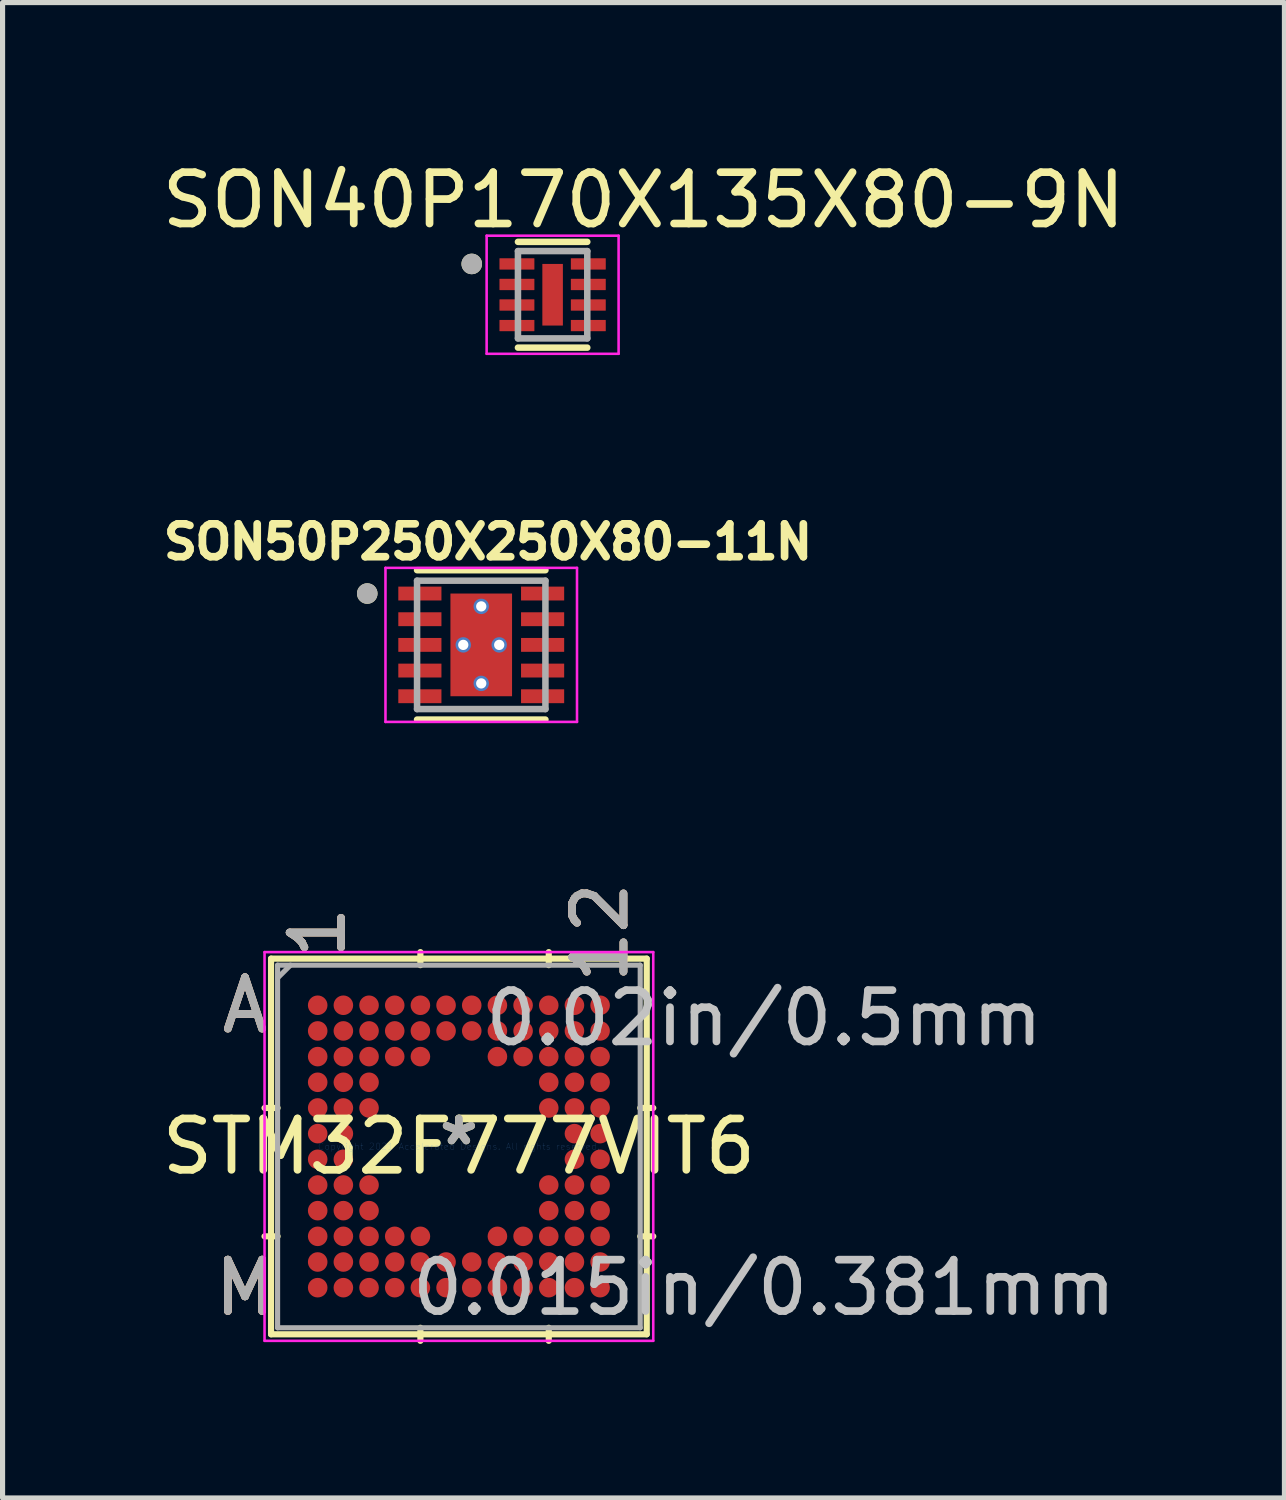
<source format=kicad_pcb>
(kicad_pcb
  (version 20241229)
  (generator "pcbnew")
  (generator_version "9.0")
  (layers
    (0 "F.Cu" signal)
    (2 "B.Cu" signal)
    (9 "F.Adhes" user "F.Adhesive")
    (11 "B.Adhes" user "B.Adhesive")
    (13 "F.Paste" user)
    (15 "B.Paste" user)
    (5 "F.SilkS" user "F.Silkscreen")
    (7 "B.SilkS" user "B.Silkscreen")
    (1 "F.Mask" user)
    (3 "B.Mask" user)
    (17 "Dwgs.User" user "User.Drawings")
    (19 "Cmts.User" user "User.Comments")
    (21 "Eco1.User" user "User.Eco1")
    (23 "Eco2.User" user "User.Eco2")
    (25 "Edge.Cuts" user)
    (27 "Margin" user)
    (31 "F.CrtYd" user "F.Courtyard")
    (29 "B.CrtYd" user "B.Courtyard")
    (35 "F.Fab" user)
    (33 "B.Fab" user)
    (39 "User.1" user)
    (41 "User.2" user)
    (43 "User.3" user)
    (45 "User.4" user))
  (footprint "SON40P170X135X80-9N"
    (layer "F.Cu")
    (at 7.712 2.69)
    (property "Reference" "SON40P170X135X80-9N" (at 1.77 -1.842 0) (layer "F.SilkS") (effects (font (size 1 1) (thickness 0.15))))
    (attr through_hole)
    (fp_line (start -0.675 -1.03) (end 0.675 -1.03) (stroke (width 0.127) (type solid)) (layer "F.SilkS"))
    (fp_line (start -0.675 1.03) (end 0.675 1.03) (stroke (width 0.127) (type solid)) (layer "F.SilkS"))
    (fp_circle (center -1.575 -0.6) (end -1.475 -0.6) (stroke (width 0.2) (type solid)) (fill no) (layer "F.SilkS"))
    (fp_poly (pts (xy -0.13 -0.38) (xy 0.13 -0.38) (xy 0.13 0.38) (xy -0.13 0.38)) (stroke (width 0.01) (type solid)) (fill yes) (layer "F.Paste"))
    (fp_line (start -1.285 -1.15) (end -1.285 1.15) (stroke (width 0.05) (type solid)) (layer "F.CrtYd"))
    (fp_line (start -1.285 -1.15) (end 1.285 -1.15) (stroke (width 0.05) (type solid)) (layer "F.CrtYd"))
    (fp_line (start -1.285 1.15) (end 1.285 1.15) (stroke (width 0.05) (type solid)) (layer "F.CrtYd"))
    (fp_line (start 1.285 -1.15) (end 1.285 1.15) (stroke (width 0.05) (type solid)) (layer "F.CrtYd"))
    (fp_line (start -0.675 -0.85) (end -0.675 0.85) (stroke (width 0.127) (type solid)) (layer "F.Fab"))
    (fp_line (start -0.675 -0.85) (end 0.675 -0.85) (stroke (width 0.127) (type solid)) (layer "F.Fab"))
    (fp_line (start -0.675 0.85) (end 0.675 0.85) (stroke (width 0.127) (type solid)) (layer "F.Fab"))
    (fp_line (start 0.675 -0.85) (end 0.675 0.85) (stroke (width 0.127) (type solid)) (layer "F.Fab"))
    (fp_circle (center -1.575 -0.6) (end -1.475 -0.6) (stroke (width 0.2) (type solid)) (fill no) (layer "F.Fab"))
    (pad "1" smd roundrect (at -0.695 -0.6) (size 0.68 0.22) (layers "F.Cu" "F.Mask" "F.Paste") (roundrect_rratio 0.03))
    (pad "2" smd roundrect (at -0.695 -0.2) (size 0.68 0.22) (layers "F.Cu" "F.Mask" "F.Paste") (roundrect_rratio 0.03))
    (pad "3" smd roundrect (at -0.695 0.2) (size 0.68 0.22) (layers "F.Cu" "F.Mask" "F.Paste") (roundrect_rratio 0.03))
    (pad "4" smd roundrect (at -0.695 0.6) (size 0.68 0.22) (layers "F.Cu" "F.Mask" "F.Paste") (roundrect_rratio 0.03))
    (pad "5" smd roundrect (at 0.695 0.6) (size 0.68 0.22) (layers "F.Cu" "F.Mask" "F.Paste") (roundrect_rratio 0.03))
    (pad "6" smd roundrect (at 0.695 0.2) (size 0.68 0.22) (layers "F.Cu" "F.Mask" "F.Paste") (roundrect_rratio 0.03))
    (pad "7" smd roundrect (at 0.695 -0.2) (size 0.68 0.22) (layers "F.Cu" "F.Mask" "F.Paste") (roundrect_rratio 0.03))
    (pad "8" smd roundrect (at 0.695 -0.6) (size 0.68 0.22) (layers "F.Cu" "F.Mask" "F.Paste") (roundrect_rratio 0.03))
    (pad "9" smd rect (at 0 0) (size 0.4 1.2) (layers "F.Cu" "F.Mask")))
  (footprint "SON50P250X250X80-11N"
    (layer "F.Cu")
    (at 6.322 9.509)
    (property "Reference" "SON50P250X250X80-11N" (at 0.132 -2.006 0) (layer "F.SilkS") (effects (font (size 0.64 0.64) (thickness 0.15))))
    (attr through_hole)
    (fp_line (start -1.25 -1.455) (end 1.25 -1.455) (stroke (width 0.127) (type solid)) (layer "F.SilkS"))
    (fp_line (start -1.25 1.455) (end 1.25 1.455) (stroke (width 0.127) (type solid)) (layer "F.SilkS"))
    (fp_circle (center -2.22 -1) (end -2.12 -1) (stroke (width 0.2) (type solid)) (fill no) (layer "F.SilkS"))
    (fp_poly (pts (xy -0.379 -0.632) (xy 0.379 -0.632) (xy 0.379 0.632) (xy -0.379 0.632)) (stroke (width 0.01) (type solid)) (fill yes) (layer "F.Paste"))
    (fp_line (start -1.865 -1.5) (end -1.865 1.5) (stroke (width 0.05) (type solid)) (layer "F.CrtYd"))
    (fp_line (start -1.865 -1.5) (end 1.865 -1.5) (stroke (width 0.05) (type solid)) (layer "F.CrtYd"))
    (fp_line (start -1.865 1.5) (end 1.865 1.5) (stroke (width 0.05) (type solid)) (layer "F.CrtYd"))
    (fp_line (start 1.865 -1.5) (end 1.865 1.5) (stroke (width 0.05) (type solid)) (layer "F.CrtYd"))
    (fp_line (start -1.25 -1.25) (end -1.25 1.25) (stroke (width 0.127) (type solid)) (layer "F.Fab"))
    (fp_line (start -1.25 -1.25) (end 1.25 -1.25) (stroke (width 0.127) (type solid)) (layer "F.Fab"))
    (fp_line (start -1.25 1.25) (end 1.25 1.25) (stroke (width 0.127) (type solid)) (layer "F.Fab"))
    (fp_line (start 1.25 -1.25) (end 1.25 1.25) (stroke (width 0.127) (type solid)) (layer "F.Fab"))
    (fp_circle (center -2.22 -1) (end -2.12 -1) (stroke (width 0.2) (type solid)) (fill no) (layer "F.Fab"))
    (pad "1" smd rect (at -1.195 -1) (size 0.84 0.27) (layers "F.Cu" "F.Mask" "F.Paste"))
    (pad "2" smd rect (at -1.195 -0.5) (size 0.84 0.27) (layers "F.Cu" "F.Mask" "F.Paste"))
    (pad "3" smd rect (at -1.195 0) (size 0.84 0.27) (layers "F.Cu" "F.Mask" "F.Paste"))
    (pad "4" smd rect (at -1.195 0.5) (size 0.84 0.27) (layers "F.Cu" "F.Mask" "F.Paste"))
    (pad "5" smd rect (at -1.195 1) (size 0.84 0.27) (layers "F.Cu" "F.Mask" "F.Paste"))
    (pad "6" smd rect (at 1.195 1) (size 0.84 0.27) (layers "F.Cu" "F.Mask" "F.Paste"))
    (pad "7" smd rect (at 1.195 0.5) (size 0.84 0.27) (layers "F.Cu" "F.Mask" "F.Paste"))
    (pad "8" smd rect (at 1.195 0) (size 0.84 0.27) (layers "F.Cu" "F.Mask" "F.Paste"))
    (pad "9" smd rect (at 1.195 -0.5) (size 0.84 0.27) (layers "F.Cu" "F.Mask" "F.Paste"))
    (pad "10" smd rect (at 1.195 -1) (size 0.84 0.27) (layers "F.Cu" "F.Mask" "F.Paste"))
    (pad "11" smd rect (at 0 0) (size 1.2 2) (layers "F.Cu" "F.Mask"))
    (pad "12" thru_hole circle (at 0.35 0) (size 0.3 0.3) (drill 0.2) (layers "*.Cu"))
    (pad "13" thru_hole circle (at -0.35 0) (size 0.3 0.3) (drill 0.2) (layers "*.Cu"))
    (pad "14" thru_hole circle (at 0 -0.75) (size 0.3 0.3) (drill 0.2) (layers "*.Cu"))
    (pad "15" thru_hole circle (at 0 0.75) (size 0.3 0.3) (drill 0.2) (layers "*.Cu")))
  (footprint "STM32F777VIT6"
    (layer "F.Cu")
    (at 5.887 19.277)
    (property "Reference" "STM32F777VIT6" (at 0 0 0) (layer "F.SilkS") (effects (font (size 1 1) (thickness 0.15))))
    (attr through_hole)
    (fp_line (start -3.658 -3.658) (end -3.658 3.658) (stroke (width 0.12) (type solid)) (layer "F.SilkS"))
    (fp_line (start -3.658 3.658) (end 3.658 3.658) (stroke (width 0.12) (type solid)) (layer "F.SilkS"))
    (fp_line (start -3.531 -0.75) (end -3.785 -0.75) (stroke (width 0.12) (type solid)) (layer "F.SilkS"))
    (fp_line (start -3.531 1.75) (end -3.785 1.75) (stroke (width 0.12) (type solid)) (layer "F.SilkS"))
    (fp_line (start -0.75 -3.531) (end -0.75 -3.785) (stroke (width 0.12) (type solid)) (layer "F.SilkS"))
    (fp_line (start -0.75 3.531) (end -0.75 3.785) (stroke (width 0.12) (type solid)) (layer "F.SilkS"))
    (fp_line (start 1.75 -3.531) (end 1.75 -3.785) (stroke (width 0.12) (type solid)) (layer "F.SilkS"))
    (fp_line (start 1.75 3.531) (end 1.75 3.785) (stroke (width 0.12) (type solid)) (layer "F.SilkS"))
    (fp_line (start 3.531 -0.75) (end 3.785 -0.75) (stroke (width 0.12) (type solid)) (layer "F.SilkS"))
    (fp_line (start 3.531 1.75) (end 3.785 1.75) (stroke (width 0.12) (type solid)) (layer "F.SilkS"))
    (fp_line (start 3.658 -3.658) (end -3.658 -3.658) (stroke (width 0.12) (type solid)) (layer "F.SilkS"))
    (fp_line (start 3.658 3.658) (end 3.658 -3.658) (stroke (width 0.12) (type solid)) (layer "F.SilkS"))
    (fp_line (start -3.785 -3.785) (end 3.785 -3.785) (stroke (width 0.05) (type solid)) (layer "F.CrtYd"))
    (fp_line (start -3.785 3.785) (end -3.785 -3.785) (stroke (width 0.05) (type solid)) (layer "F.CrtYd"))
    (fp_line (start 3.785 -3.785) (end 3.785 3.785) (stroke (width 0.05) (type solid)) (layer "F.CrtYd"))
    (fp_line (start 3.785 3.785) (end -3.785 3.785) (stroke (width 0.05) (type solid)) (layer "F.CrtYd"))
    (fp_line (start -3.531 -3.531) (end -3.531 3.531) (stroke (width 0.1) (type solid)) (layer "F.Fab"))
    (fp_line (start -3.531 3.531) (end 3.531 3.531) (stroke (width 0.1) (type solid)) (layer "F.Fab"))
    (fp_line (start -3.281 -3.531) (end -3.531 -3.281) (stroke (width 0.1) (type solid)) (layer "F.Fab"))
    (fp_line (start 3.531 -3.531) (end -3.531 -3.531) (stroke (width 0.1) (type solid)) (layer "F.Fab"))
    (fp_line (start 3.531 3.531) (end 3.531 -3.531) (stroke (width 0.1) (type solid)) (layer "F.Fab"))
    (fp_text user "1" (at -2.75 -4.166 90) (layer "F.SilkS") (effects (font (size 1 1) (thickness 0.15))))
    (fp_text user "A" (at -4.166 -2.75 0) (layer "F.SilkS") (effects (font (size 1 1) (thickness 0.15))))
    (fp_text user "12" (at 2.75 -4.166 90) (layer "F.SilkS") (effects (font (size 1 1) (thickness 0.15))))
    (fp_text user "M" (at -4.166 2.75 0) (layer "F.SilkS") (effects (font (size 1 1) (thickness 0.15))))
    (fp_text user "*" (at 0 0 0) (layer "F.SilkS") (effects (font (size 1 1) (thickness 0.15))))
    (fp_text user "A" (at -4.166 -2.75 0) (layer "B.SilkS") (effects (font (size 1 1) (thickness 0.15))))
    (fp_text user "12" (at 2.75 -4.166 90) (layer "B.SilkS") (effects (font (size 1 1) (thickness 0.15))))
    (fp_text user "M" (at -4.166 2.75 0) (layer "B.SilkS") (effects (font (size 1 1) (thickness 0.15))))
    (fp_text user "1" (at -2.75 -4.166 90) (layer "B.SilkS") (effects (font (size 1 1) (thickness 0.15))))
    (fp_text user "0.02in/0.5mm" (at 5.944 -2.5 0) (layer "Dwgs.User") (effects (font (size 1 1) (thickness 0.15))))
    (fp_text user "0.015in/0.381mm" (at 5.944 2.75 0) (layer "Dwgs.User") (effects (font (size 1 1) (thickness 0.15))))
    (fp_text user "Copyright 2021 Accelerated Designs. All rights reserved." (at 0 0 0) (layer "Cmts.User") (effects (font (size 0.127 0.127) (thickness 0.002))))
    (fp_text user "M" (at -4.166 2.75 0) (layer "F.Fab") (effects (font (size 1 1) (thickness 0.15))))
    (fp_text user "12" (at 2.75 -4.166 90) (layer "F.Fab") (effects (font (size 1 1) (thickness 0.15))))
    (fp_text user "*" (at 0 0 0) (layer "F.Fab") (effects (font (size 1 1) (thickness 0.15))))
    (fp_text user "1" (at -2.75 -4.166 90) (layer "F.Fab") (effects (font (size 1 1) (thickness 0.15))))
    (fp_text user "A" (at -4.166 -2.75 0) (layer "F.Fab") (effects (font (size 1 1) (thickness 0.15))))
    (pad "A1" smd circle (at -2.75 -2.75) (size 0.381 0.381) (layers "F.Cu" "F.Mask" "F.Paste"))
    (pad "A2" smd circle (at -2.25 -2.75) (size 0.381 0.381) (layers "F.Cu" "F.Mask" "F.Paste"))
    (pad "A3" smd circle (at -1.75 -2.75) (size 0.381 0.381) (layers "F.Cu" "F.Mask" "F.Paste"))
    (pad "A4" smd circle (at -1.25 -2.75) (size 0.381 0.381) (layers "F.Cu" "F.Mask" "F.Paste"))
    (pad "A5" smd circle (at -0.75 -2.75) (size 0.381 0.381) (layers "F.Cu" "F.Mask" "F.Paste"))
    (pad "A6" smd circle (at -0.25 -2.75) (size 0.381 0.381) (layers "F.Cu" "F.Mask" "F.Paste"))
    (pad "A7" smd circle (at 0.25 -2.75) (size 0.381 0.381) (layers "F.Cu" "F.Mask" "F.Paste"))
    (pad "A8" smd circle (at 0.75 -2.75) (size 0.381 0.381) (layers "F.Cu" "F.Mask" "F.Paste"))
    (pad "A9" smd circle (at 1.25 -2.75) (size 0.381 0.381) (layers "F.Cu" "F.Mask" "F.Paste"))
    (pad "A10" smd circle (at 1.75 -2.75) (size 0.381 0.381) (layers "F.Cu" "F.Mask" "F.Paste"))
    (pad "A11" smd circle (at 2.25 -2.75) (size 0.381 0.381) (layers "F.Cu" "F.Mask" "F.Paste"))
    (pad "A12" smd circle (at 2.75 -2.75) (size 0.381 0.381) (layers "F.Cu" "F.Mask" "F.Paste"))
    (pad "B1" smd circle (at -2.75 -2.25) (size 0.381 0.381) (layers "F.Cu" "F.Mask" "F.Paste"))
    (pad "B2" smd circle (at -2.25 -2.25) (size 0.381 0.381) (layers "F.Cu" "F.Mask" "F.Paste"))
    (pad "B3" smd circle (at -1.75 -2.25) (size 0.381 0.381) (layers "F.Cu" "F.Mask" "F.Paste"))
    (pad "B4" smd circle (at -1.25 -2.25) (size 0.381 0.381) (layers "F.Cu" "F.Mask" "F.Paste"))
    (pad "B5" smd circle (at -0.75 -2.25) (size 0.381 0.381) (layers "F.Cu" "F.Mask" "F.Paste"))
    (pad "B6" smd circle (at -0.25 -2.25) (size 0.381 0.381) (layers "F.Cu" "F.Mask" "F.Paste"))
    (pad "B7" smd circle (at 0.25 -2.25) (size 0.381 0.381) (layers "F.Cu" "F.Mask" "F.Paste"))
    (pad "B8" smd circle (at 0.75 -2.25) (size 0.381 0.381) (layers "F.Cu" "F.Mask" "F.Paste"))
    (pad "B9" smd circle (at 1.25 -2.25) (size 0.381 0.381) (layers "F.Cu" "F.Mask" "F.Paste"))
    (pad "B10" smd circle (at 1.75 -2.25) (size 0.381 0.381) (layers "F.Cu" "F.Mask" "F.Paste"))
    (pad "B11" smd circle (at 2.25 -2.25) (size 0.381 0.381) (layers "F.Cu" "F.Mask" "F.Paste"))
    (pad "B12" smd circle (at 2.75 -2.25) (size 0.381 0.381) (layers "F.Cu" "F.Mask" "F.Paste"))
    (pad "C1" smd circle (at -2.75 -1.75) (size 0.381 0.381) (layers "F.Cu" "F.Mask" "F.Paste"))
    (pad "C2" smd circle (at -2.25 -1.75) (size 0.381 0.381) (layers "F.Cu" "F.Mask" "F.Paste"))
    (pad "C3" smd circle (at -1.75 -1.75) (size 0.381 0.381) (layers "F.Cu" "F.Mask" "F.Paste"))
    (pad "C4" smd circle (at -1.25 -1.75) (size 0.381 0.381) (layers "F.Cu" "F.Mask" "F.Paste"))
    (pad "C5" smd circle (at -0.75 -1.75) (size 0.381 0.381) (layers "F.Cu" "F.Mask" "F.Paste"))
    (pad "C8" smd circle (at 0.75 -1.75) (size 0.381 0.381) (layers "F.Cu" "F.Mask" "F.Paste"))
    (pad "C9" smd circle (at 1.25 -1.75) (size 0.381 0.381) (layers "F.Cu" "F.Mask" "F.Paste"))
    (pad "C10" smd circle (at 1.75 -1.75) (size 0.381 0.381) (layers "F.Cu" "F.Mask" "F.Paste"))
    (pad "C11" smd circle (at 2.25 -1.75) (size 0.381 0.381) (layers "F.Cu" "F.Mask" "F.Paste"))
    (pad "C12" smd circle (at 2.75 -1.75) (size 0.381 0.381) (layers "F.Cu" "F.Mask" "F.Paste"))
    (pad "D1" smd circle (at -2.75 -1.25) (size 0.381 0.381) (layers "F.Cu" "F.Mask" "F.Paste"))
    (pad "D2" smd circle (at -2.25 -1.25) (size 0.381 0.381) (layers "F.Cu" "F.Mask" "F.Paste"))
    (pad "D3" smd circle (at -1.75 -1.25) (size 0.381 0.381) (layers "F.Cu" "F.Mask" "F.Paste"))
    (pad "D10" smd circle (at 1.75 -1.25) (size 0.381 0.381) (layers "F.Cu" "F.Mask" "F.Paste"))
    (pad "D11" smd circle (at 2.25 -1.25) (size 0.381 0.381) (layers "F.Cu" "F.Mask" "F.Paste"))
    (pad "D12" smd circle (at 2.75 -1.25) (size 0.381 0.381) (layers "F.Cu" "F.Mask" "F.Paste"))
    (pad "E1" smd circle (at -2.75 -0.75) (size 0.381 0.381) (layers "F.Cu" "F.Mask" "F.Paste"))
    (pad "E2" smd circle (at -2.25 -0.75) (size 0.381 0.381) (layers "F.Cu" "F.Mask" "F.Paste"))
    (pad "E3" smd circle (at -1.75 -0.75) (size 0.381 0.381) (layers "F.Cu" "F.Mask" "F.Paste"))
    (pad "E10" smd circle (at 1.75 -0.75) (size 0.381 0.381) (layers "F.Cu" "F.Mask" "F.Paste"))
    (pad "E11" smd circle (at 2.25 -0.75) (size 0.381 0.381) (layers "F.Cu" "F.Mask" "F.Paste"))
    (pad "E12" smd circle (at 2.75 -0.75) (size 0.381 0.381) (layers "F.Cu" "F.Mask" "F.Paste"))
    (pad "F1" smd circle (at -2.75 -0.25) (size 0.381 0.381) (layers "F.Cu" "F.Mask" "F.Paste"))
    (pad "F2" smd circle (at -2.25 -0.25) (size 0.381 0.381) (layers "F.Cu" "F.Mask" "F.Paste"))
    (pad "F11" smd circle (at 2.25 -0.25) (size 0.381 0.381) (layers "F.Cu" "F.Mask" "F.Paste"))
    (pad "F12" smd circle (at 2.75 -0.25) (size 0.381 0.381) (layers "F.Cu" "F.Mask" "F.Paste"))
    (pad "G1" smd circle (at -2.75 0.25) (size 0.381 0.381) (layers "F.Cu" "F.Mask" "F.Paste"))
    (pad "G2" smd circle (at -2.25 0.25) (size 0.381 0.381) (layers "F.Cu" "F.Mask" "F.Paste"))
    (pad "G11" smd circle (at 2.25 0.25) (size 0.381 0.381) (layers "F.Cu" "F.Mask" "F.Paste"))
    (pad "G12" smd circle (at 2.75 0.25) (size 0.381 0.381) (layers "F.Cu" "F.Mask" "F.Paste"))
    (pad "H1" smd circle (at -2.75 0.75) (size 0.381 0.381) (layers "F.Cu" "F.Mask" "F.Paste"))
    (pad "H2" smd circle (at -2.25 0.75) (size 0.381 0.381) (layers "F.Cu" "F.Mask" "F.Paste"))
    (pad "H3" smd circle (at -1.75 0.75) (size 0.381 0.381) (layers "F.Cu" "F.Mask" "F.Paste"))
    (pad "H10" smd circle (at 1.75 0.75) (size 0.381 0.381) (layers "F.Cu" "F.Mask" "F.Paste"))
    (pad "H11" smd circle (at 2.25 0.75) (size 0.381 0.381) (layers "F.Cu" "F.Mask" "F.Paste"))
    (pad "H12" smd circle (at 2.75 0.75) (size 0.381 0.381) (layers "F.Cu" "F.Mask" "F.Paste"))
    (pad "J1" smd circle (at -2.75 1.25) (size 0.381 0.381) (layers "F.Cu" "F.Mask" "F.Paste"))
    (pad "J2" smd circle (at -2.25 1.25) (size 0.381 0.381) (layers "F.Cu" "F.Mask" "F.Paste"))
    (pad "J3" smd circle (at -1.75 1.25) (size 0.381 0.381) (layers "F.Cu" "F.Mask" "F.Paste"))
    (pad "J10" smd circle (at 1.75 1.25) (size 0.381 0.381) (layers "F.Cu" "F.Mask" "F.Paste"))
    (pad "J11" smd circle (at 2.25 1.25) (size 0.381 0.381) (layers "F.Cu" "F.Mask" "F.Paste"))
    (pad "J12" smd circle (at 2.75 1.25) (size 0.381 0.381) (layers "F.Cu" "F.Mask" "F.Paste"))
    (pad "K1" smd circle (at -2.75 1.75) (size 0.381 0.381) (layers "F.Cu" "F.Mask" "F.Paste"))
    (pad "K2" smd circle (at -2.25 1.75) (size 0.381 0.381) (layers "F.Cu" "F.Mask" "F.Paste"))
    (pad "K3" smd circle (at -1.75 1.75) (size 0.381 0.381) (layers "F.Cu" "F.Mask" "F.Paste"))
    (pad "K4" smd circle (at -1.25 1.75) (size 0.381 0.381) (layers "F.Cu" "F.Mask" "F.Paste"))
    (pad "K5" smd circle (at -0.75 1.75) (size 0.381 0.381) (layers "F.Cu" "F.Mask" "F.Paste"))
    (pad "K8" smd circle (at 0.75 1.75) (size 0.381 0.381) (layers "F.Cu" "F.Mask" "F.Paste"))
    (pad "K9" smd circle (at 1.25 1.75) (size 0.381 0.381) (layers "F.Cu" "F.Mask" "F.Paste"))
    (pad "K10" smd circle (at 1.75 1.75) (size 0.381 0.381) (layers "F.Cu" "F.Mask" "F.Paste"))
    (pad "K11" smd circle (at 2.25 1.75) (size 0.381 0.381) (layers "F.Cu" "F.Mask" "F.Paste"))
    (pad "K12" smd circle (at 2.75 1.75) (size 0.381 0.381) (layers "F.Cu" "F.Mask" "F.Paste"))
    (pad "L1" smd circle (at -2.75 2.25) (size 0.381 0.381) (layers "F.Cu" "F.Mask" "F.Paste"))
    (pad "L2" smd circle (at -2.25 2.25) (size 0.381 0.381) (layers "F.Cu" "F.Mask" "F.Paste"))
    (pad "L3" smd circle (at -1.75 2.25) (size 0.381 0.381) (layers "F.Cu" "F.Mask" "F.Paste"))
    (pad "L4" smd circle (at -1.25 2.25) (size 0.381 0.381) (layers "F.Cu" "F.Mask" "F.Paste"))
    (pad "L5" smd circle (at -0.75 2.25) (size 0.381 0.381) (layers "F.Cu" "F.Mask" "F.Paste"))
    (pad "L6" smd circle (at -0.25 2.25) (size 0.381 0.381) (layers "F.Cu" "F.Mask" "F.Paste"))
    (pad "L7" smd circle (at 0.25 2.25) (size 0.381 0.381) (layers "F.Cu" "F.Mask" "F.Paste"))
    (pad "L8" smd circle (at 0.75 2.25) (size 0.381 0.381) (layers "F.Cu" "F.Mask" "F.Paste"))
    (pad "L9" smd circle (at 1.25 2.25) (size 0.381 0.381) (layers "F.Cu" "F.Mask" "F.Paste"))
    (pad "L10" smd circle (at 1.75 2.25) (size 0.381 0.381) (layers "F.Cu" "F.Mask" "F.Paste"))
    (pad "L11" smd circle (at 2.25 2.25) (size 0.381 0.381) (layers "F.Cu" "F.Mask" "F.Paste"))
    (pad "L12" smd circle (at 2.75 2.25) (size 0.381 0.381) (layers "F.Cu" "F.Mask" "F.Paste"))
    (pad "M1" smd circle (at -2.75 2.75) (size 0.381 0.381) (layers "F.Cu" "F.Mask" "F.Paste"))
    (pad "M2" smd circle (at -2.25 2.75) (size 0.381 0.381) (layers "F.Cu" "F.Mask" "F.Paste"))
    (pad "M3" smd circle (at -1.75 2.75) (size 0.381 0.381) (layers "F.Cu" "F.Mask" "F.Paste"))
    (pad "M4" smd circle (at -1.25 2.75) (size 0.381 0.381) (layers "F.Cu" "F.Mask" "F.Paste"))
    (pad "M5" smd circle (at -0.75 2.75) (size 0.381 0.381) (layers "F.Cu" "F.Mask" "F.Paste"))
    (pad "M6" smd circle (at -0.25 2.75) (size 0.381 0.381) (layers "F.Cu" "F.Mask" "F.Paste"))
    (pad "M7" smd circle (at 0.25 2.75) (size 0.381 0.381) (layers "F.Cu" "F.Mask" "F.Paste"))
    (pad "M8" smd circle (at 0.75 2.75) (size 0.381 0.381) (layers "F.Cu" "F.Mask" "F.Paste"))
    (pad "M9" smd circle (at 1.25 2.75) (size 0.381 0.381) (layers "F.Cu" "F.Mask" "F.Paste"))
    (pad "M10" smd circle (at 1.75 2.75) (size 0.381 0.381) (layers "F.Cu" "F.Mask" "F.Paste"))
    (pad "M11" smd circle (at 2.25 2.75) (size 0.381 0.381) (layers "F.Cu" "F.Mask" "F.Paste"))
    (pad "M12" smd circle (at 2.75 2.75) (size 0.381 0.381) (layers "F.Cu" "F.Mask" "F.Paste")))
  (gr_rect
    (start -3 -3)
    (end 21.964 26.122)
    (stroke (width 0.1) (type default))
    (fill no)
    (layer "Edge.Cuts")))
</source>
